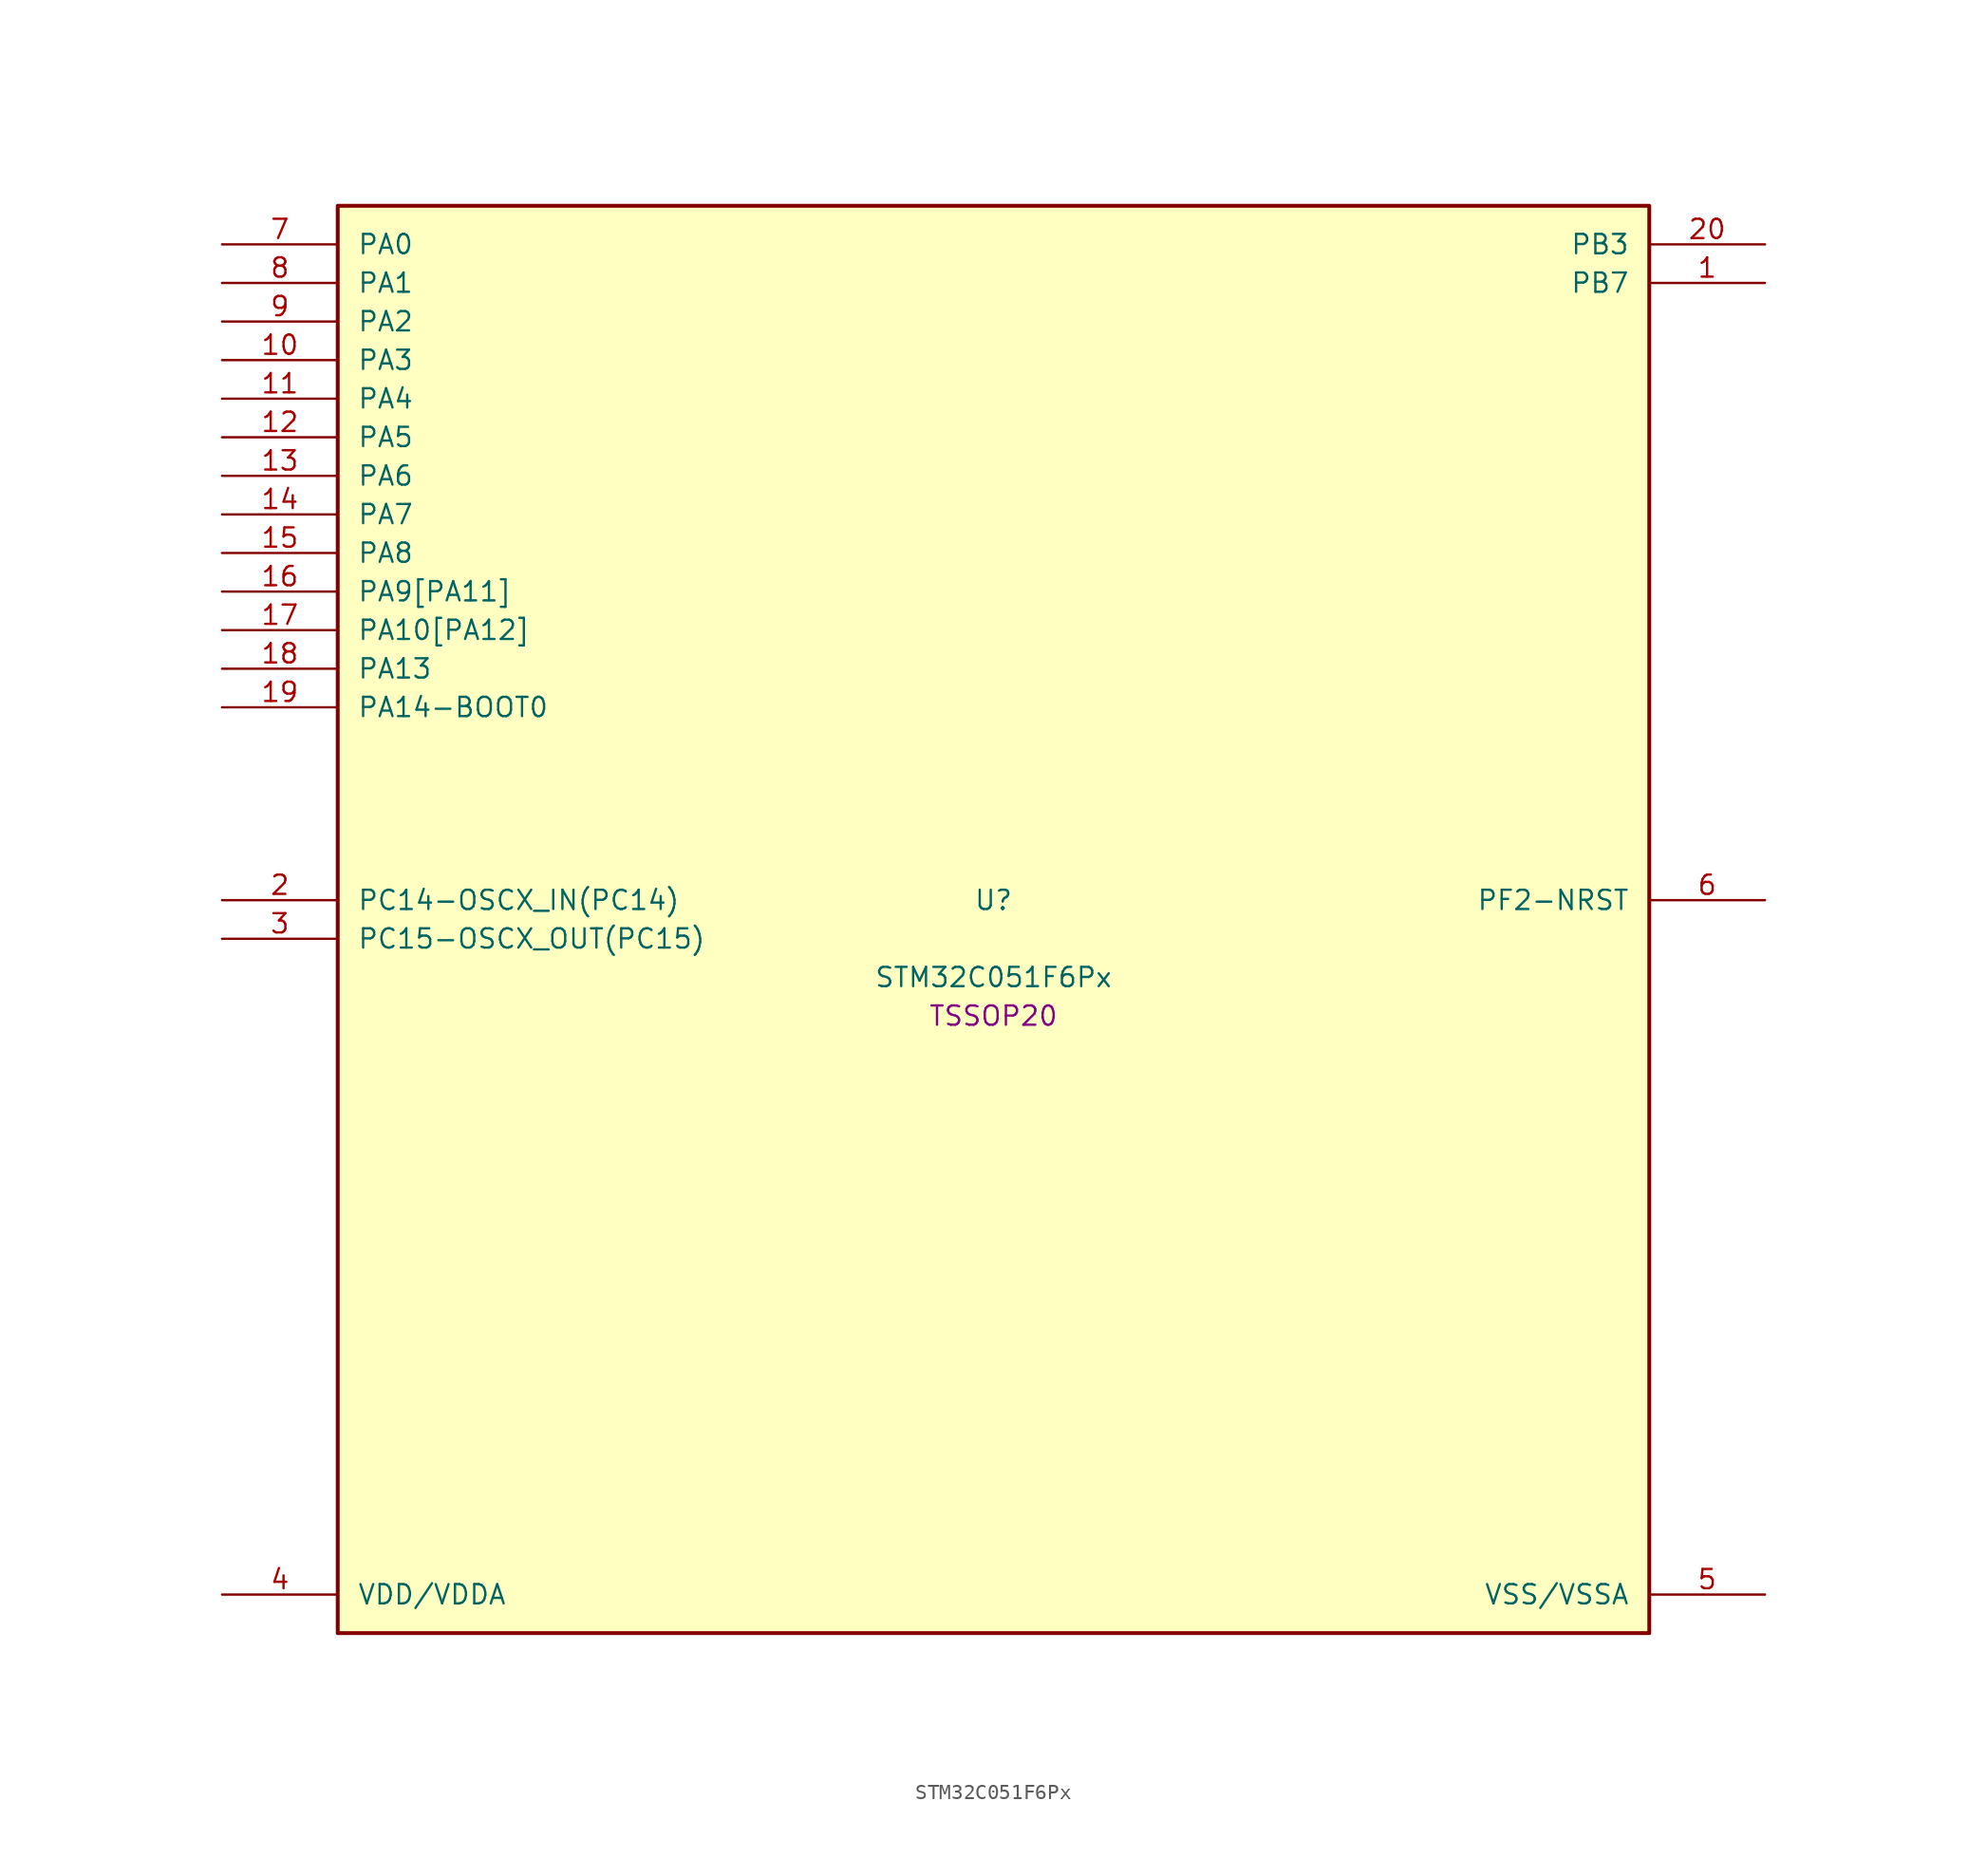
<source format=kicad_sym>
(kicad_symbol_lib
  (version 20241209)
  (generator "stm32_pkl_generator")
  (generator_version "1.0")
  (symbol "STM32C051F6Px"
    (pin_names
      (offset 1.27))
    (property "Reference" "U"
      (at 0 2.54 0))
    (property "Value" "STM32C051F6Px"
      (at 0 -2.54 0))
    (property "Footprint" "TSSOP20"
      (at 0 -5.08 0))
    (symbol "STM32C051F6Px_1_1"
      (rectangle (start -43.18 48.26) (end 43.18 -45.72) (stroke (width 0.254) (type solid)) (fill (type background)))
      (pin bidirectional line (at -50.8 45.72 0) (length 7.62) (name "PA0") (number "7") (alternate "PA0/ADC1_IN0" bidirectional line) (alternate "PA0/PWR_WKUP1" bidirectional line) (alternate "PA0/SPI2_SCK" bidirectional line) (alternate "PA0/TIM16_CH1" bidirectional line) (alternate "PA0/TIM1_CH1" bidirectional line) (alternate "PA0/TIM2_CH1" bidirectional line) (alternate "PA0/TIM2_ETR" bidirectional line) (alternate "PA0/USART1_TX" bidirectional line) (alternate "PA0/USART2_CTS" bidirectional line) (alternate "PA0/USART2_NSS" bidirectional line))
      (pin bidirectional line (at -50.8 43.18 0) (length 7.62) (name "PA1") (number "8") (alternate "PA1/ADC1_IN1" bidirectional line) (alternate "PA1/I2C1_SMBA" bidirectional line) (alternate "PA1/I2S1_CK" bidirectional line) (alternate "PA1/SPI1_SCK" bidirectional line) (alternate "PA1/TIM17_CH1" bidirectional line) (alternate "PA1/TIM1_CH2" bidirectional line) (alternate "PA1/TIM2_CH2" bidirectional line) (alternate "PA1/USART1_RX" bidirectional line) (alternate "PA1/USART2_CK" bidirectional line) (alternate "PA1/USART2_DE" bidirectional line) (alternate "PA1/USART2_RTS" bidirectional line))
      (pin bidirectional line (at -50.8 40.64 0) (length 7.62) (name "PA2") (number "9") (alternate "PA2/ADC1_IN2" bidirectional line) (alternate "PA2/I2S1_SD" bidirectional line) (alternate "PA2/PWR_WKUP4" bidirectional line) (alternate "PA2/RCC_LSCO" bidirectional line) (alternate "PA2/SPI1_MOSI" bidirectional line) (alternate "PA2/TIM16_CH1N" bidirectional line) (alternate "PA2/TIM1_CH3" bidirectional line) (alternate "PA2/TIM2_CH3" bidirectional line) (alternate "PA2/TIM3_ETR" bidirectional line) (alternate "PA2/USART2_TX" bidirectional line))
      (pin bidirectional line (at -50.8 38.1 0) (length 7.62) (name "PA3") (number "10") (alternate "PA3/ADC1_IN3" bidirectional line) (alternate "PA3/SPI2_MISO" bidirectional line) (alternate "PA3/TIM1_CH1N" bidirectional line) (alternate "PA3/TIM1_CH4" bidirectional line) (alternate "PA3/TIM2_CH4" bidirectional line) (alternate "PA3/USART2_RX" bidirectional line))
      (pin bidirectional line (at -50.8 35.56 0) (length 7.62) (name "PA4") (number "11") (alternate "PA4/ADC1_IN4" bidirectional line) (alternate "PA4/I2S1_WS" bidirectional line) (alternate "PA4/PWR_WKUP2" bidirectional line) (alternate "PA4/RTC_OUT1" bidirectional line) (alternate "PA4/RTC_TS" bidirectional line) (alternate "PA4/SPI1_NSS" bidirectional line) (alternate "PA4/SPI2_MOSI" bidirectional line) (alternate "PA4/TIM14_CH1" bidirectional line) (alternate "PA4/TIM17_CH1N" bidirectional line) (alternate "PA4/TIM1_CH2N" bidirectional line) (alternate "PA4/USART2_TX" bidirectional line))
      (pin bidirectional line (at -50.8 33.02 0) (length 7.62) (name "PA5") (number "12") (alternate "PA5/ADC1_IN5" bidirectional line) (alternate "PA5/I2S1_CK" bidirectional line) (alternate "PA5/SPI1_SCK" bidirectional line) (alternate "PA5/TIM1_CH1" bidirectional line) (alternate "PA5/TIM1_CH3N" bidirectional line) (alternate "PA5/TIM2_CH1" bidirectional line) (alternate "PA5/TIM2_ETR" bidirectional line) (alternate "PA5/USART2_RX" bidirectional line))
      (pin bidirectional line (at -50.8 30.48 0) (length 7.62) (name "PA6") (number "13") (alternate "PA6/ADC1_IN6" bidirectional line) (alternate "PA6/I2C2_SDA" bidirectional line) (alternate "PA6/I2S1_MCK" bidirectional line) (alternate "PA6/SPI1_MISO" bidirectional line) (alternate "PA6/TIM16_CH1" bidirectional line) (alternate "PA6/TIM1_BKIN" bidirectional line) (alternate "PA6/TIM3_CH1" bidirectional line) (alternate "PA6/USART1_TX" bidirectional line))
      (pin bidirectional line (at -50.8 27.94 0) (length 7.62) (name "PA7") (number "14") (alternate "PA7/ADC1_IN7" bidirectional line) (alternate "PA7/I2C2_SCL" bidirectional line) (alternate "PA7/I2S1_SD" bidirectional line) (alternate "PA7/SPI1_MOSI" bidirectional line) (alternate "PA7/TIM14_CH1" bidirectional line) (alternate "PA7/TIM17_CH1" bidirectional line) (alternate "PA7/TIM1_CH1N" bidirectional line) (alternate "PA7/TIM3_CH2" bidirectional line) (alternate "PA7/USART1_RX" bidirectional line))
      (pin bidirectional line (at -50.8 25.4 0) (length 7.62) (name "PA8") (number "15") (alternate "PA8/ADC1_IN8" bidirectional line) (alternate "PA8/I2S1_WS" bidirectional line) (alternate "PA8/RCC_MCO" bidirectional line) (alternate "PA8/RCC_MCO_2" bidirectional line) (alternate "PA8/SPI1_NSS" bidirectional line) (alternate "PA8/SPI2_MISO" bidirectional line) (alternate "PA8/SPI2_NSS" bidirectional line) (alternate "PA8/TIM14_CH1" bidirectional line) (alternate "PA8/TIM1_CH1" bidirectional line) (alternate "PA8/TIM1_CH2N" bidirectional line) (alternate "PA8/TIM1_CH3N" bidirectional line) (alternate "PA8/TIM3_CH3" bidirectional line) (alternate "PA8/TIM3_CH4" bidirectional line) (alternate "PA8/USART1_RX" bidirectional line) (alternate "PA8/USART2_TX" bidirectional line))
      (pin bidirectional line (at -50.8 22.86 0) (length 7.62) (name "PA9[PA11]") (number "16") (alternate "PA9[PA11]/I2C1_SCL" bidirectional line) (alternate "PA9[PA11]/I2C2_SCL" bidirectional line) (alternate "PA9[PA11]/RCC_MCO" bidirectional line) (alternate "PA9[PA11]/SPI2_MISO" bidirectional line) (alternate "PA9[PA11]/TIM1_CH2" bidirectional line) (alternate "PA9[PA11]/TIM3_ETR" bidirectional line) (alternate "PA9[PA11]/USART1_TX" bidirectional line) (alternate "PA9[PA11]/PA11[PA9]" bidirectional line) (alternate "PA9[PA11]/ADC1_EXTI11" bidirectional line) (alternate "PA9[PA11]/ADC1_IN11" bidirectional line) (alternate "PA9[PA11]/I2S1_MCK" bidirectional line) (alternate "PA9[PA11]/SPI1_MISO" bidirectional line) (alternate "PA9[PA11]/TIM1_BKIN2" bidirectional line) (alternate "PA9[PA11]/TIM1_CH4" bidirectional line) (alternate "PA9[PA11]/USART1_CTS" bidirectional line) (alternate "PA9[PA11]/USART1_NSS" bidirectional line))
      (pin bidirectional line (at -50.8 20.32 0) (length 7.62) (name "PA10[PA12]") (number "17") (alternate "PA10[PA12]/I2C1_SDA" bidirectional line) (alternate "PA10[PA12]/I2C2_SDA" bidirectional line) (alternate "PA10[PA12]/RCC_MCO_2" bidirectional line) (alternate "PA10[PA12]/SPI2_MOSI" bidirectional line) (alternate "PA10[PA12]/TIM17_BKIN" bidirectional line) (alternate "PA10[PA12]/TIM1_CH3" bidirectional line) (alternate "PA10[PA12]/USART1_RX" bidirectional line) (alternate "PA10[PA12]/PA12[PA10]" bidirectional line) (alternate "PA10[PA12]/ADC1_IN12" bidirectional line) (alternate "PA10[PA12]/I2S1_SD" bidirectional line) (alternate "PA10[PA12]/I2S_CKIN" bidirectional line) (alternate "PA10[PA12]/SPI1_MOSI" bidirectional line) (alternate "PA10[PA12]/TIM1_ETR" bidirectional line) (alternate "PA10[PA12]/USART1_CK" bidirectional line) (alternate "PA10[PA12]/USART1_DE" bidirectional line) (alternate "PA10[PA12]/USART1_RTS" bidirectional line))
      (pin bidirectional line (at -50.8 17.78 0) (length 7.62) (name "PA13") (number "18") (alternate "PA13/ADC1_IN13" bidirectional line) (alternate "PA13/DEBUG_SWDIO" bidirectional line) (alternate "PA13/IR_OUT" bidirectional line) (alternate "PA13/TIM3_ETR" bidirectional line) (alternate "PA13/USART2_RX" bidirectional line))
      (pin bidirectional line (at -50.8 15.24 0) (length 7.62) (name "PA14-BOOT0") (number "19") (alternate "PA14-BOOT0/ADC1_IN14" bidirectional line) (alternate "PA14-BOOT0/BOOT0" bidirectional line) (alternate "PA14-BOOT0/DEBUG_SWCLK" bidirectional line) (alternate "PA14-BOOT0/I2S1_WS" bidirectional line) (alternate "PA14-BOOT0/RCC_MCO_2" bidirectional line) (alternate "PA14-BOOT0/SPI1_NSS" bidirectional line) (alternate "PA14-BOOT0/TIM1_CH1" bidirectional line) (alternate "PA14-BOOT0/USART1_CK" bidirectional line) (alternate "PA14-BOOT0/USART1_DE" bidirectional line) (alternate "PA14-BOOT0/USART1_RTS" bidirectional line) (alternate "PA14-BOOT0/USART2_RX" bidirectional line) (alternate "PA14-BOOT0/USART2_TX" bidirectional line) (alternate "PA14-BOOT0/PA15" bidirectional line) (alternate "PA14-BOOT0/TIM2_CH1" bidirectional line) (alternate "PA14-BOOT0/TIM2_ETR" bidirectional line))
      (pin bidirectional line (at 50.8 45.72 180) (length 7.62) (name "PB3") (number "20") (alternate "PB3/I2C2_SCL" bidirectional line) (alternate "PB3/I2S1_CK" bidirectional line) (alternate "PB3/SPI1_SCK" bidirectional line) (alternate "PB3/TIM1_CH2" bidirectional line) (alternate "PB3/TIM2_CH2" bidirectional line) (alternate "PB3/TIM3_CH2" bidirectional line) (alternate "PB3/USART1_CK" bidirectional line) (alternate "PB3/USART1_DE" bidirectional line) (alternate "PB3/USART1_RTS" bidirectional line) (alternate "PB3/PB4" bidirectional line) (alternate "PB3/I2C2_SDA" bidirectional line) (alternate "PB3/I2S1_MCK" bidirectional line) (alternate "PB3/SPI1_MISO" bidirectional line) (alternate "PB3/TIM17_BKIN" bidirectional line) (alternate "PB3/TIM3_CH1" bidirectional line) (alternate "PB3/USART1_CTS" bidirectional line) (alternate "PB3/USART1_NSS" bidirectional line) (alternate "PB3/PB5" bidirectional line) (alternate "PB3/I2C1_SMBA" bidirectional line) (alternate "PB3/I2S1_SD" bidirectional line) (alternate "PB3/PWR_WKUP6" bidirectional line) (alternate "PB3/SPI1_MOSI" bidirectional line) (alternate "PB3/TIM16_BKIN" bidirectional line) (alternate "PB3/TIM3_CH3" bidirectional line) (alternate "PB3/PB6" bidirectional line) (alternate "PB3/I2C1_SCL" bidirectional line) (alternate "PB3/PWR_WKUP3" bidirectional line) (alternate "PB3/SPI2_MISO" bidirectional line) (alternate "PB3/TIM16_CH1N" bidirectional line) (alternate "PB3/TIM1_CH3" bidirectional line) (alternate "PB3/USART1_TX" bidirectional line))
      (pin bidirectional line (at 50.8 43.18 180) (length 7.62) (name "PB7") (number "1") (alternate "PB7/I2C1_SCL" bidirectional line) (alternate "PB7/I2C1_SDA" bidirectional line) (alternate "PB7/RTC_REFIN" bidirectional line) (alternate "PB7/SPI2_MOSI" bidirectional line) (alternate "PB7/TIM16_CH1" bidirectional line) (alternate "PB7/TIM17_CH1N" bidirectional line) (alternate "PB7/TIM1_CH1" bidirectional line) (alternate "PB7/TIM1_CH4" bidirectional line) (alternate "PB7/TIM3_CH1" bidirectional line) (alternate "PB7/TIM3_CH4" bidirectional line) (alternate "PB7/USART1_RX" bidirectional line) (alternate "PB7/USART2_CTS" bidirectional line) (alternate "PB7/USART2_NSS" bidirectional line) (alternate "PB7/PB8" bidirectional line) (alternate "PB7/SPI2_SCK" bidirectional line))
      (pin bidirectional line (at -50.8 2.54 0) (length 7.62) (name "PC14-OSCX_IN(PC14)") (number "2") (alternate "PC14-OSCX_IN(PC14)/I2C1_SDA" bidirectional line) (alternate "PC14-OSCX_IN(PC14)/IR_OUT" bidirectional line) (alternate "PC14-OSCX_IN(PC14)/RCC_OSCX_IN" bidirectional line) (alternate "PC14-OSCX_IN(PC14)/SPI2_NSS" bidirectional line) (alternate "PC14-OSCX_IN(PC14)/TIM17_CH1" bidirectional line) (alternate "PC14-OSCX_IN(PC14)/TIM1_BKIN2" bidirectional line) (alternate "PC14-OSCX_IN(PC14)/TIM1_ETR" bidirectional line) (alternate "PC14-OSCX_IN(PC14)/TIM3_CH2" bidirectional line) (alternate "PC14-OSCX_IN(PC14)/USART1_RX" bidirectional line) (alternate "PC14-OSCX_IN(PC14)/USART1_TX" bidirectional line) (alternate "PC14-OSCX_IN(PC14)/USART2_CK" bidirectional line) (alternate "PC14-OSCX_IN(PC14)/USART2_DE" bidirectional line) (alternate "PC14-OSCX_IN(PC14)/USART2_RTS" bidirectional line))
      (pin bidirectional line (at -50.8 0 0) (length 7.62) (name "PC15-OSCX_OUT(PC15)") (number "3") (alternate "PC15-OSCX_OUT(PC15)/RCC_OSC32_EN" bidirectional line) (alternate "PC15-OSCX_OUT(PC15)/RCC_OSCX_OUT" bidirectional line) (alternate "PC15-OSCX_OUT(PC15)/RCC_OSC_EN" bidirectional line) (alternate "PC15-OSCX_OUT(PC15)/TIM1_CH2" bidirectional line) (alternate "PC15-OSCX_OUT(PC15)/TIM1_ETR" bidirectional line) (alternate "PC15-OSCX_OUT(PC15)/TIM3_CH3" bidirectional line))
      (pin bidirectional line (at 50.8 2.54 180) (length 7.62) (name "PF2-NRST") (number "6") (alternate "PF2-NRST/RCC_MCO" bidirectional line) (alternate "PF2-NRST/TIM1_CH4" bidirectional line))
      (pin power_in line (at -50.8 -43.18 0) (length 7.62) (name "VDD/VDDA") (number "4"))
      (pin power_in line (at 50.8 -43.18 180) (length 7.62) (name "VSS/VSSA") (number "5")))))
</source>
